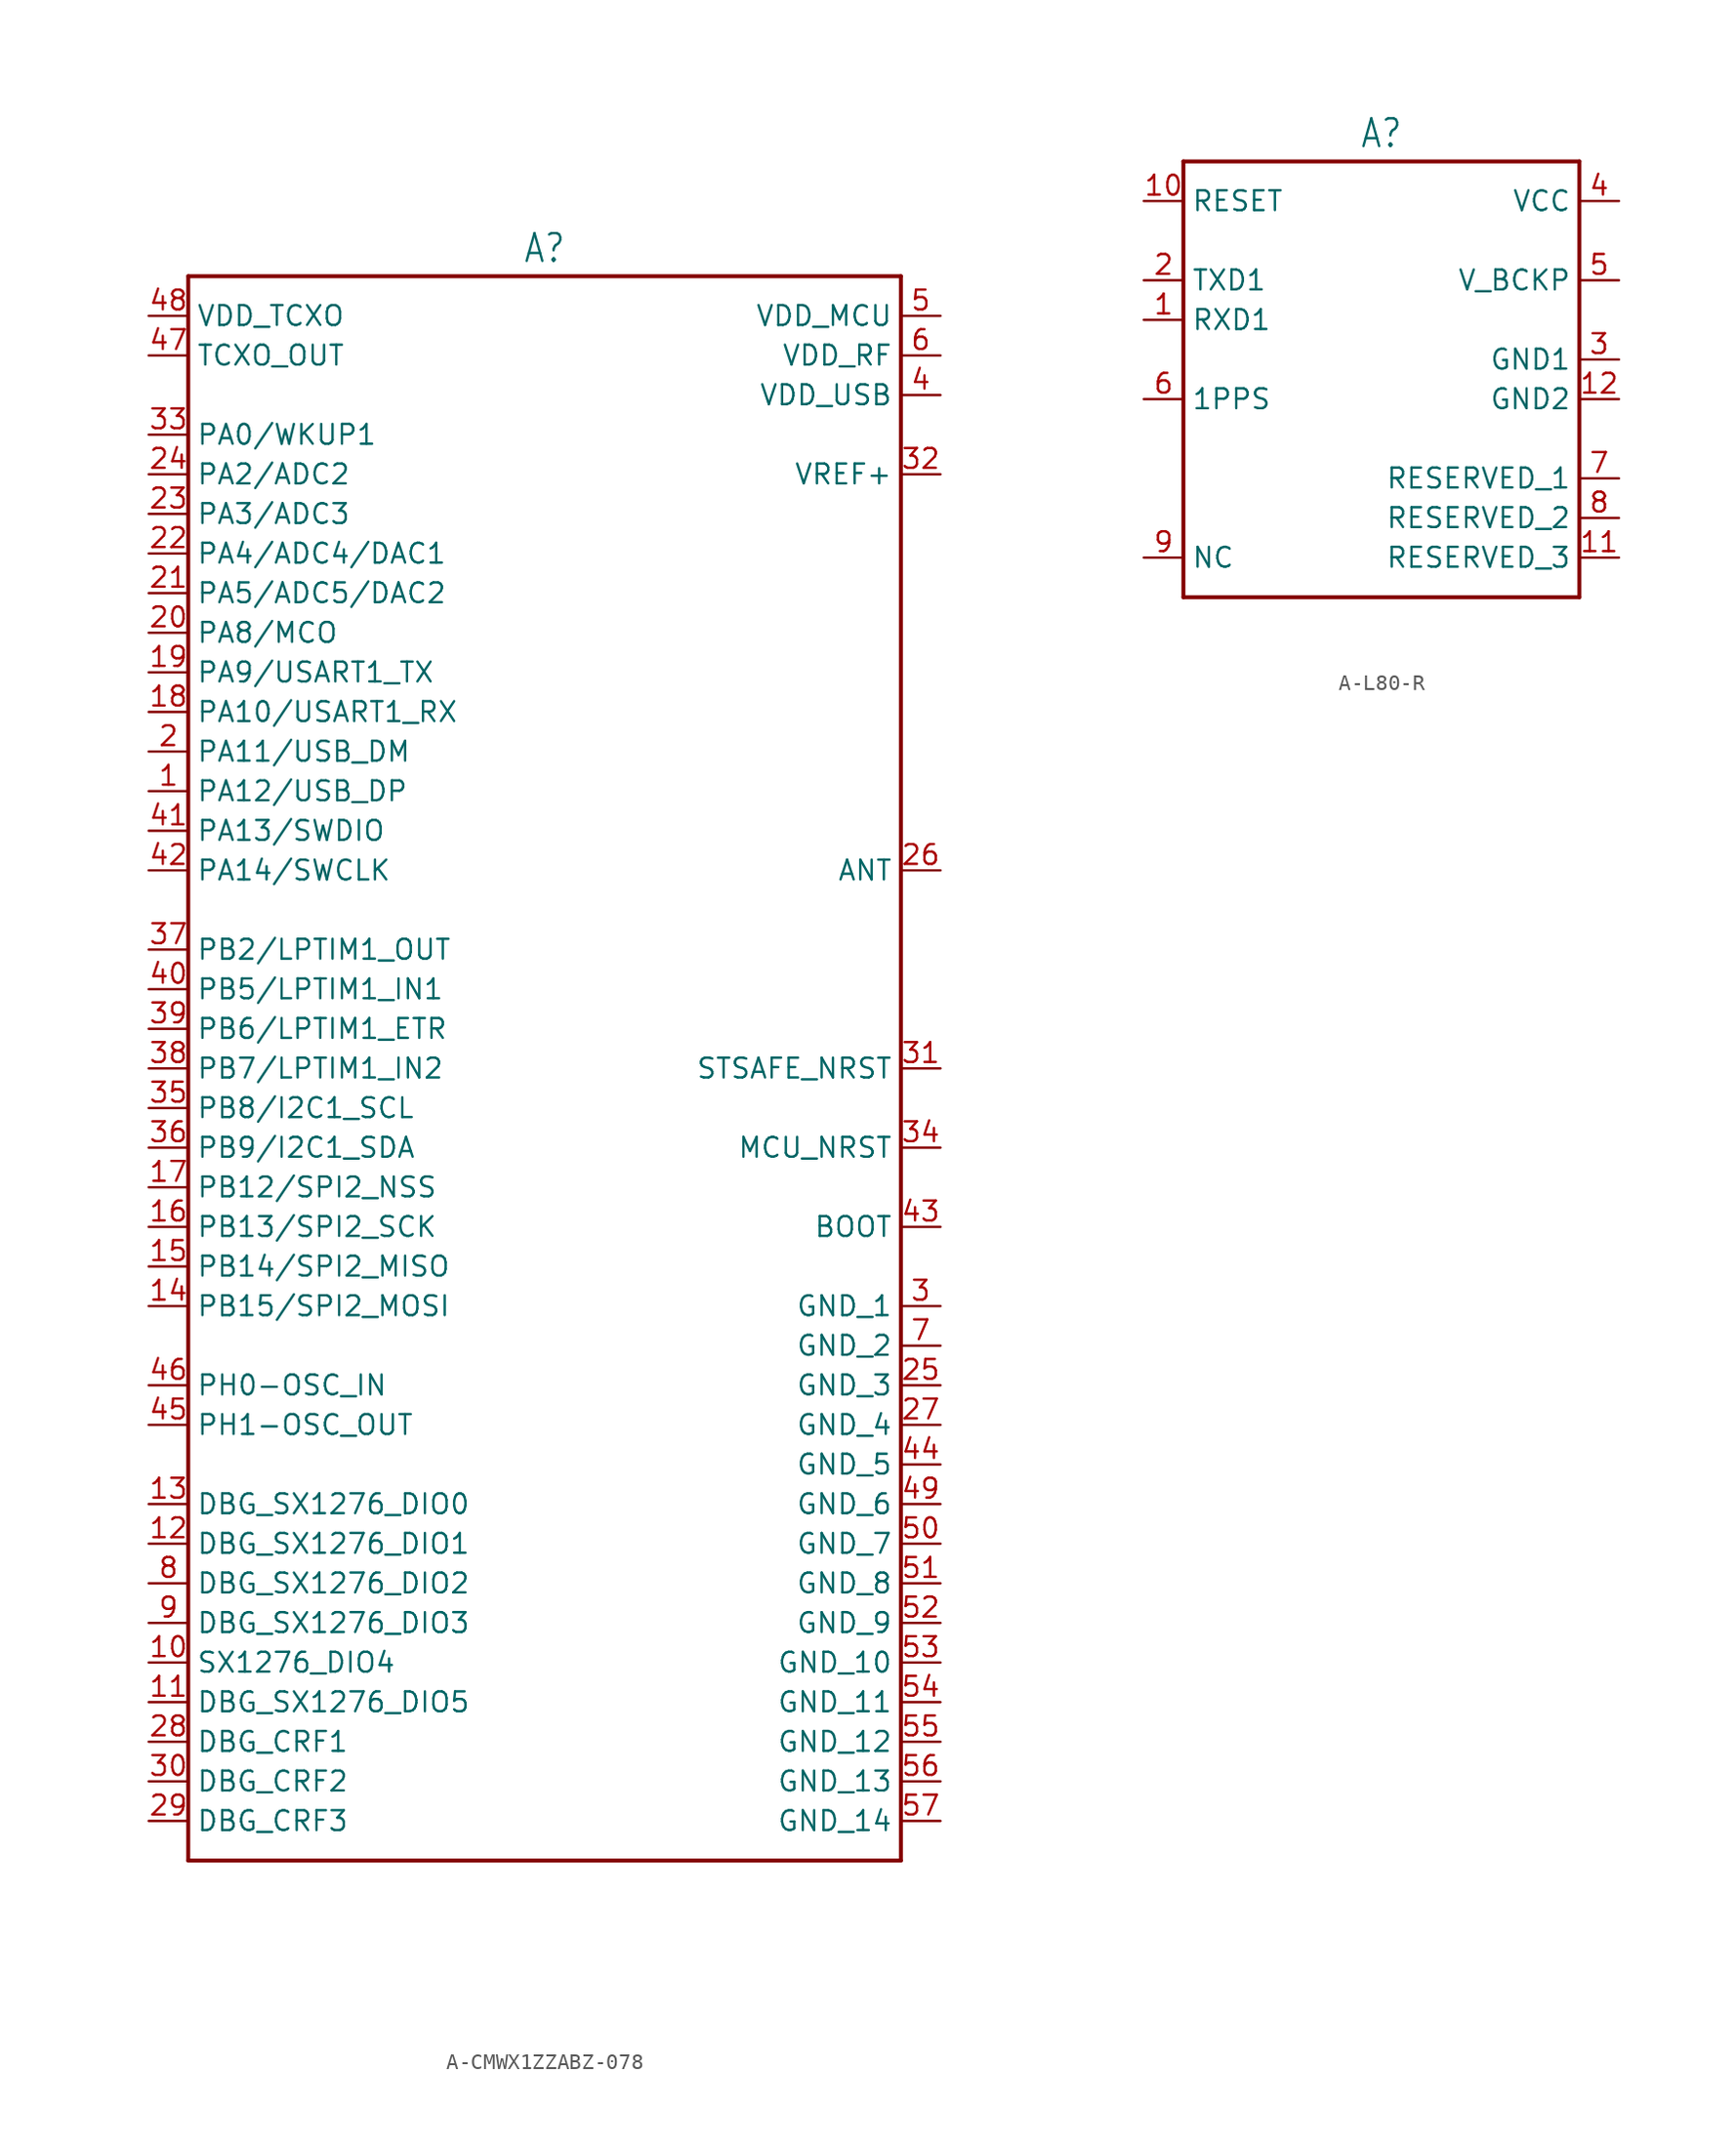
<source format=kicad_sym>
(kicad_symbol_lib
  (version 20231120)
  (generator "kicad_symbol_editor")
  (generator_version "8.0")
  (symbol "A-CMWX1ZZABZ-078"
    (property "Reference" "A"
      (at 0 51.562 0)
      (effects (font (size 1.778 1.511)) (justify bottom)))
    (property "Value" ""
      (at 0 -51.562 0)
      (effects (font (size 1.778 1.511)) (justify top)))
    (property "ki_locked" ""
      (at 0 0 0)
      (effects (font (size 1.27 1.27))))
    (symbol "A-CMWX1ZZABZ-078_1_0"
      (polyline (pts (xy -22.86 -50.8) (xy 22.86 -50.8)) (stroke (width 0.254) (type solid)) (fill (type none)))
      (polyline (pts (xy -22.86 50.8) (xy -22.86 -50.8)) (stroke (width 0.254) (type solid)) (fill (type none)))
      (polyline (pts (xy 22.86 -50.8) (xy 22.86 50.8)) (stroke (width 0.254) (type solid)) (fill (type none)))
      (polyline (pts (xy 22.86 50.8) (xy -22.86 50.8)) (stroke (width 0.254) (type solid)) (fill (type none)))
      (pin passive line (at -25.4 17.78 0) (length 2.54) (name "PA12/USB_DP" (effects (font (size 1.27 1.27)))) (number "1" (effects (font (size 1.27 1.27)))))
      (pin passive line (at -25.4 -38.1 0) (length 2.54) (name "SX1276_DIO4" (effects (font (size 1.27 1.27)))) (number "10" (effects (font (size 1.27 1.27)))))
      (pin passive line (at -25.4 -40.64 0) (length 2.54) (name "DBG_SX1276_DIO5" (effects (font (size 1.27 1.27)))) (number "11" (effects (font (size 1.27 1.27)))))
      (pin passive line (at -25.4 -30.48 0) (length 2.54) (name "DBG_SX1276_DIO1" (effects (font (size 1.27 1.27)))) (number "12" (effects (font (size 1.27 1.27)))))
      (pin passive line (at -25.4 -27.94 0) (length 2.54) (name "DBG_SX1276_DIO0" (effects (font (size 1.27 1.27)))) (number "13" (effects (font (size 1.27 1.27)))))
      (pin passive line (at -25.4 -15.24 0) (length 2.54) (name "PB15/SPI2_MOSI" (effects (font (size 1.27 1.27)))) (number "14" (effects (font (size 1.27 1.27)))))
      (pin passive line (at -25.4 -12.7 0) (length 2.54) (name "PB14/SPI2_MISO" (effects (font (size 1.27 1.27)))) (number "15" (effects (font (size 1.27 1.27)))))
      (pin passive line (at -25.4 -10.16 0) (length 2.54) (name "PB13/SPI2_SCK" (effects (font (size 1.27 1.27)))) (number "16" (effects (font (size 1.27 1.27)))))
      (pin passive line (at -25.4 -7.62 0) (length 2.54) (name "PB12/SPI2_NSS" (effects (font (size 1.27 1.27)))) (number "17" (effects (font (size 1.27 1.27)))))
      (pin passive line (at -25.4 22.86 0) (length 2.54) (name "PA10/USART1_RX" (effects (font (size 1.27 1.27)))) (number "18" (effects (font (size 1.27 1.27)))))
      (pin passive line (at -25.4 25.4 0) (length 2.54) (name "PA9/USART1_TX" (effects (font (size 1.27 1.27)))) (number "19" (effects (font (size 1.27 1.27)))))
      (pin passive line (at -25.4 20.32 0) (length 2.54) (name "PA11/USB_DM" (effects (font (size 1.27 1.27)))) (number "2" (effects (font (size 1.27 1.27)))))
      (pin passive line (at -25.4 27.94 0) (length 2.54) (name "PA8/MCO" (effects (font (size 1.27 1.27)))) (number "20" (effects (font (size 1.27 1.27)))))
      (pin passive line (at -25.4 30.48 0) (length 2.54) (name "PA5/ADC5/DAC2" (effects (font (size 1.27 1.27)))) (number "21" (effects (font (size 1.27 1.27)))))
      (pin passive line (at -25.4 33.02 0) (length 2.54) (name "PA4/ADC4/DAC1" (effects (font (size 1.27 1.27)))) (number "22" (effects (font (size 1.27 1.27)))))
      (pin passive line (at -25.4 35.56 0) (length 2.54) (name "PA3/ADC3" (effects (font (size 1.27 1.27)))) (number "23" (effects (font (size 1.27 1.27)))))
      (pin passive line (at -25.4 38.1 0) (length 2.54) (name "PA2/ADC2" (effects (font (size 1.27 1.27)))) (number "24" (effects (font (size 1.27 1.27)))))
      (pin passive line (at 25.4 -20.32 180) (length 2.54) (name "GND_3" (effects (font (size 1.27 1.27)))) (number "25" (effects (font (size 1.27 1.27)))))
      (pin passive line (at 25.4 12.7 180) (length 2.54) (name "ANT" (effects (font (size 1.27 1.27)))) (number "26" (effects (font (size 1.27 1.27)))))
      (pin passive line (at 25.4 -22.86 180) (length 2.54) (name "GND_4" (effects (font (size 1.27 1.27)))) (number "27" (effects (font (size 1.27 1.27)))))
      (pin passive line (at -25.4 -43.18 0) (length 2.54) (name "DBG_CRF1" (effects (font (size 1.27 1.27)))) (number "28" (effects (font (size 1.27 1.27)))))
      (pin passive line (at -25.4 -48.26 0) (length 2.54) (name "DBG_CRF3" (effects (font (size 1.27 1.27)))) (number "29" (effects (font (size 1.27 1.27)))))
      (pin passive line (at 25.4 -15.24 180) (length 2.54) (name "GND_1" (effects (font (size 1.27 1.27)))) (number "3" (effects (font (size 1.27 1.27)))))
      (pin passive line (at -25.4 -45.72 0) (length 2.54) (name "DBG_CRF2" (effects (font (size 1.27 1.27)))) (number "30" (effects (font (size 1.27 1.27)))))
      (pin passive line (at 25.4 0 180) (length 2.54) (name "STSAFE_NRST" (effects (font (size 1.27 1.27)))) (number "31" (effects (font (size 1.27 1.27)))))
      (pin passive line (at 25.4 38.1 180) (length 2.54) (name "VREF+" (effects (font (size 1.27 1.27)))) (number "32" (effects (font (size 1.27 1.27)))))
      (pin passive line (at -25.4 40.64 0) (length 2.54) (name "PA0/WKUP1" (effects (font (size 1.27 1.27)))) (number "33" (effects (font (size 1.27 1.27)))))
      (pin passive line (at 25.4 -5.08 180) (length 2.54) (name "MCU_NRST" (effects (font (size 1.27 1.27)))) (number "34" (effects (font (size 1.27 1.27)))))
      (pin passive line (at -25.4 -2.54 0) (length 2.54) (name "PB8/I2C1_SCL" (effects (font (size 1.27 1.27)))) (number "35" (effects (font (size 1.27 1.27)))))
      (pin passive line (at -25.4 -5.08 0) (length 2.54) (name "PB9/I2C1_SDA" (effects (font (size 1.27 1.27)))) (number "36" (effects (font (size 1.27 1.27)))))
      (pin passive line (at -25.4 7.62 0) (length 2.54) (name "PB2/LPTIM1_OUT" (effects (font (size 1.27 1.27)))) (number "37" (effects (font (size 1.27 1.27)))))
      (pin passive line (at -25.4 0 0) (length 2.54) (name "PB7/LPTIM1_IN2" (effects (font (size 1.27 1.27)))) (number "38" (effects (font (size 1.27 1.27)))))
      (pin passive line (at -25.4 2.54 0) (length 2.54) (name "PB6/LPTIM1_ETR" (effects (font (size 1.27 1.27)))) (number "39" (effects (font (size 1.27 1.27)))))
      (pin passive line (at 25.4 43.18 180) (length 2.54) (name "VDD_USB" (effects (font (size 1.27 1.27)))) (number "4" (effects (font (size 1.27 1.27)))))
      (pin passive line (at -25.4 5.08 0) (length 2.54) (name "PB5/LPTIM1_IN1" (effects (font (size 1.27 1.27)))) (number "40" (effects (font (size 1.27 1.27)))))
      (pin passive line (at -25.4 15.24 0) (length 2.54) (name "PA13/SWDIO" (effects (font (size 1.27 1.27)))) (number "41" (effects (font (size 1.27 1.27)))))
      (pin passive line (at -25.4 12.7 0) (length 2.54) (name "PA14/SWCLK" (effects (font (size 1.27 1.27)))) (number "42" (effects (font (size 1.27 1.27)))))
      (pin passive line (at 25.4 -10.16 180) (length 2.54) (name "BOOT" (effects (font (size 1.27 1.27)))) (number "43" (effects (font (size 1.27 1.27)))))
      (pin passive line (at 25.4 -25.4 180) (length 2.54) (name "GND_5" (effects (font (size 1.27 1.27)))) (number "44" (effects (font (size 1.27 1.27)))))
      (pin passive line (at -25.4 -22.86 0) (length 2.54) (name "PH1-OSC_OUT" (effects (font (size 1.27 1.27)))) (number "45" (effects (font (size 1.27 1.27)))))
      (pin passive line (at -25.4 -20.32 0) (length 2.54) (name "PH0-OSC_IN" (effects (font (size 1.27 1.27)))) (number "46" (effects (font (size 1.27 1.27)))))
      (pin passive line (at -25.4 45.72 0) (length 2.54) (name "TCXO_OUT" (effects (font (size 1.27 1.27)))) (number "47" (effects (font (size 1.27 1.27)))))
      (pin passive line (at -25.4 48.26 0) (length 2.54) (name "VDD_TCXO" (effects (font (size 1.27 1.27)))) (number "48" (effects (font (size 1.27 1.27)))))
      (pin passive line (at 25.4 -27.94 180) (length 2.54) (name "GND_6" (effects (font (size 1.27 1.27)))) (number "49" (effects (font (size 1.27 1.27)))))
      (pin passive line (at 25.4 48.26 180) (length 2.54) (name "VDD_MCU" (effects (font (size 1.27 1.27)))) (number "5" (effects (font (size 1.27 1.27)))))
      (pin passive line (at 25.4 -30.48 180) (length 2.54) (name "GND_7" (effects (font (size 1.27 1.27)))) (number "50" (effects (font (size 1.27 1.27)))))
      (pin passive line (at 25.4 -33.02 180) (length 2.54) (name "GND_8" (effects (font (size 1.27 1.27)))) (number "51" (effects (font (size 1.27 1.27)))))
      (pin passive line (at 25.4 -35.56 180) (length 2.54) (name "GND_9" (effects (font (size 1.27 1.27)))) (number "52" (effects (font (size 1.27 1.27)))))
      (pin passive line (at 25.4 -38.1 180) (length 2.54) (name "GND_10" (effects (font (size 1.27 1.27)))) (number "53" (effects (font (size 1.27 1.27)))))
      (pin passive line (at 25.4 -40.64 180) (length 2.54) (name "GND_11" (effects (font (size 1.27 1.27)))) (number "54" (effects (font (size 1.27 1.27)))))
      (pin passive line (at 25.4 -43.18 180) (length 2.54) (name "GND_12" (effects (font (size 1.27 1.27)))) (number "55" (effects (font (size 1.27 1.27)))))
      (pin passive line (at 25.4 -45.72 180) (length 2.54) (name "GND_13" (effects (font (size 1.27 1.27)))) (number "56" (effects (font (size 1.27 1.27)))))
      (pin passive line (at 25.4 -48.26 180) (length 2.54) (name "GND_14" (effects (font (size 1.27 1.27)))) (number "57" (effects (font (size 1.27 1.27)))))
      (pin passive line (at 25.4 45.72 180) (length 2.54) (name "VDD_RF" (effects (font (size 1.27 1.27)))) (number "6" (effects (font (size 1.27 1.27)))))
      (pin passive line (at 25.4 -17.78 180) (length 2.54) (name "GND_2" (effects (font (size 1.27 1.27)))) (number "7" (effects (font (size 1.27 1.27)))))
      (pin passive line (at -25.4 -33.02 0) (length 2.54) (name "DBG_SX1276_DIO2" (effects (font (size 1.27 1.27)))) (number "8" (effects (font (size 1.27 1.27)))))
      (pin passive line (at -25.4 -35.56 0) (length 2.54) (name "DBG_SX1276_DIO3" (effects (font (size 1.27 1.27)))) (number "9" (effects (font (size 1.27 1.27)))))))
  (symbol "A-L80-R"
    (property "Reference" "A"
      (at 0 13.462 0)
      (effects (font (size 1.778 1.511)) (justify bottom)))
    (property "Value" ""
      (at 0 -16.002 0)
      (effects (font (size 1.778 1.511)) (justify top)))
    (property "ki_locked" ""
      (at 0 0 0)
      (effects (font (size 1.27 1.27))))
    (symbol "A-L80-R_1_0"
      (polyline (pts (xy -12.7 -15.24) (xy -12.7 12.7)) (stroke (width 0.254) (type solid)) (fill (type none)))
      (polyline (pts (xy -12.7 12.7) (xy 12.7 12.7)) (stroke (width 0.254) (type solid)) (fill (type none)))
      (polyline (pts (xy 12.7 -15.24) (xy -12.7 -15.24)) (stroke (width 0.254) (type solid)) (fill (type none)))
      (polyline (pts (xy 12.7 12.7) (xy 12.7 -15.24)) (stroke (width 0.254) (type solid)) (fill (type none)))
      (pin passive line (at -15.24 2.54 0) (length 2.54) (name "RXD1" (effects (font (size 1.27 1.27)))) (number "1" (effects (font (size 1.27 1.27)))))
      (pin passive line (at -15.24 10.16 0) (length 2.54) (name "RESET" (effects (font (size 1.27 1.27)))) (number "10" (effects (font (size 1.27 1.27)))))
      (pin passive line (at 15.24 -12.7 180) (length 2.54) (name "RESERVED_3" (effects (font (size 1.27 1.27)))) (number "11" (effects (font (size 1.27 1.27)))))
      (pin passive line (at 15.24 -2.54 180) (length 2.54) (name "GND2" (effects (font (size 1.27 1.27)))) (number "12" (effects (font (size 1.27 1.27)))))
      (pin passive line (at -15.24 5.08 0) (length 2.54) (name "TXD1" (effects (font (size 1.27 1.27)))) (number "2" (effects (font (size 1.27 1.27)))))
      (pin passive line (at 15.24 0 180) (length 2.54) (name "GND1" (effects (font (size 1.27 1.27)))) (number "3" (effects (font (size 1.27 1.27)))))
      (pin passive line (at 15.24 10.16 180) (length 2.54) (name "VCC" (effects (font (size 1.27 1.27)))) (number "4" (effects (font (size 1.27 1.27)))))
      (pin passive line (at 15.24 5.08 180) (length 2.54) (name "V_BCKP" (effects (font (size 1.27 1.27)))) (number "5" (effects (font (size 1.27 1.27)))))
      (pin passive line (at -15.24 -2.54 0) (length 2.54) (name "1PPS" (effects (font (size 1.27 1.27)))) (number "6" (effects (font (size 1.27 1.27)))))
      (pin passive line (at 15.24 -7.62 180) (length 2.54) (name "RESERVED_1" (effects (font (size 1.27 1.27)))) (number "7" (effects (font (size 1.27 1.27)))))
      (pin passive line (at 15.24 -10.16 180) (length 2.54) (name "RESERVED_2" (effects (font (size 1.27 1.27)))) (number "8" (effects (font (size 1.27 1.27)))))
      (pin passive line (at -15.24 -12.7 0) (length 2.54) (name "NC" (effects (font (size 1.27 1.27)))) (number "9" (effects (font (size 1.27 1.27))))))))
</source>
